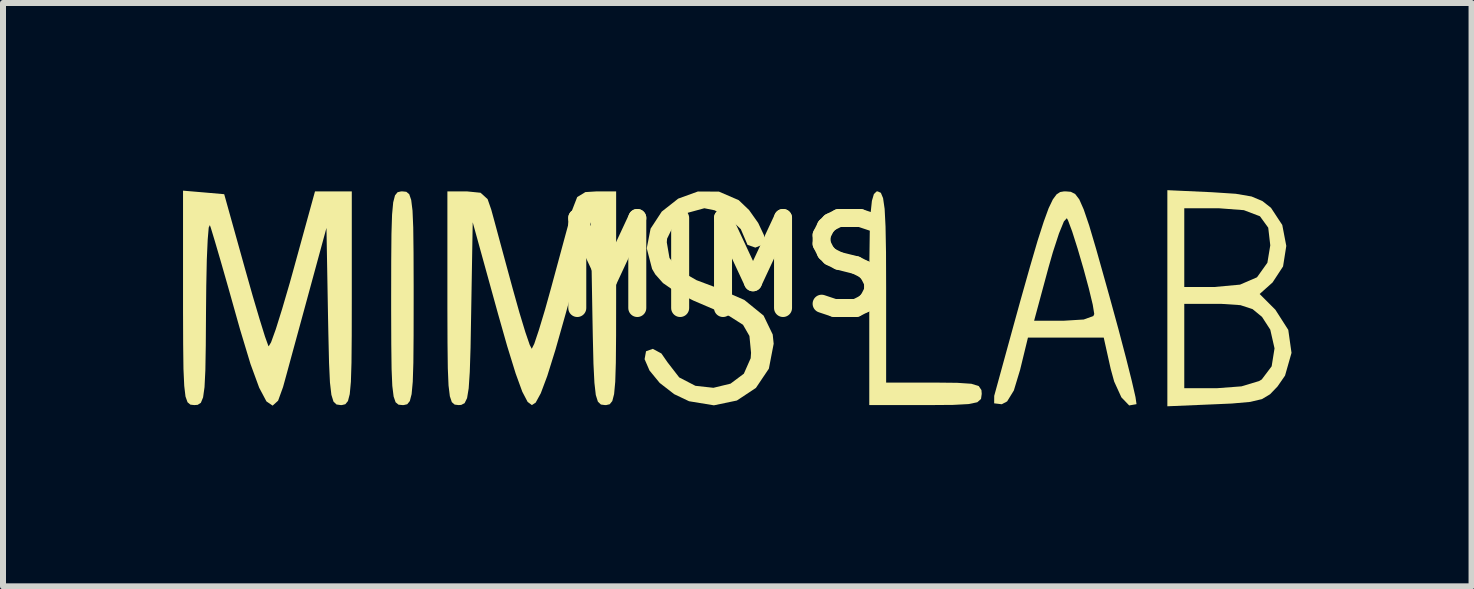
<source format=kicad_pcb>
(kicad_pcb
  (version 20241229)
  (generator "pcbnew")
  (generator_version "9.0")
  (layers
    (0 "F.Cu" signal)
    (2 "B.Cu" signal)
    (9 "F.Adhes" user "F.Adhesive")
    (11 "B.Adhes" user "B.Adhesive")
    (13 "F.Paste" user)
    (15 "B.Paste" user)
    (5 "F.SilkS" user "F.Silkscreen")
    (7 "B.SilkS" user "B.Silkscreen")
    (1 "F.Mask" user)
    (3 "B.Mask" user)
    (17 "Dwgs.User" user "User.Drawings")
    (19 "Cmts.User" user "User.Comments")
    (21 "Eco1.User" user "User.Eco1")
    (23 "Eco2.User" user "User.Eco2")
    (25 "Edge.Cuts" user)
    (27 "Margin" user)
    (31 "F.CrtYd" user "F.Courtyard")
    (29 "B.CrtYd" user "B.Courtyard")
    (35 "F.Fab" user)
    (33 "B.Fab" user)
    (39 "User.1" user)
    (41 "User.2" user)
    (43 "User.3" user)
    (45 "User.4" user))
  (footprint "MIMS"
    (layer "F.Cu")
    (at 8.998 1.404)
    (property "Reference" "MIMS" (at 0 0 0) (layer "F.SilkS") (effects (font (size 1.5 1.5) (thickness 0.3))))
    (attr board_only exclude_from_pos_files exclude_from_bom)
    (fp_poly (pts (xy 2.63 -1.241) (xy 2.667 -1.152) (xy 2.693 -0.973) (xy 2.708 -0.68) (xy 2.716 -0.249) (xy 2.718 0.328) (xy 2.718 1.921) (xy 3.515 1.921) (xy 3.902 1.925) (xy 4.139 1.941) (xy 4.261 1.979) (xy 4.306 2.046) (xy 4.311 2.109) (xy 4.299 2.194) (xy 4.237 2.249) (xy 4.094 2.279) (xy 3.834 2.293) (xy 3.424 2.296) (xy 3.374 2.296) (xy 2.437 2.296) (xy 2.437 0.515) (xy 2.439 -0.113) (xy 2.445 -0.577) (xy 2.459 -0.901) (xy 2.481 -1.108) (xy 2.514 -1.22) (xy 2.558 -1.263) (xy 2.577 -1.265)) (stroke (width 0) (type solid)) (fill yes) (layer "F.SilkS"))
    (fp_poly (pts (xy -5.277 -1.258) (xy -5.229 -1.218) (xy -5.196 -1.122) (xy -5.174 -0.944) (xy -5.162 -0.661) (xy -5.157 -0.246) (xy -5.155 0.324) (xy -5.155 0.515) (xy -5.156 1.134) (xy -5.16 1.59) (xy -5.17 1.908) (xy -5.189 2.113) (xy -5.219 2.229) (xy -5.262 2.282) (xy -5.322 2.296) (xy -5.342 2.296) (xy -5.408 2.289) (xy -5.456 2.249) (xy -5.489 2.153) (xy -5.511 1.975) (xy -5.523 1.692) (xy -5.528 1.277) (xy -5.53 0.707) (xy -5.53 0.515) (xy -5.529 -0.103) (xy -5.525 -0.559) (xy -5.515 -0.877) (xy -5.496 -1.082) (xy -5.466 -1.198) (xy -5.423 -1.251) (xy -5.363 -1.265) (xy -5.342 -1.265)) (stroke (width 0) (type solid)) (fill yes) (layer "F.SilkS"))
    (fp_poly (pts (xy 5.795 -1.258) (xy 5.867 -1.222) (xy 5.936 -1.132) (xy 6.01 -0.965) (xy 6.101 -0.698) (xy 6.217 -0.306) (xy 6.369 0.234) (xy 6.44 0.488) (xy 6.589 1.031) (xy 6.715 1.51) (xy 6.812 1.896) (xy 6.873 2.162) (xy 6.89 2.278) (xy 6.889 2.281) (xy 6.768 2.302) (xy 6.638 2.167) (xy 6.518 1.904) (xy 6.46 1.693) (xy 6.344 1.172) (xy 5.713 1.172) (xy 5.081 1.172) (xy 4.95 1.71) (xy 4.846 2.053) (xy 4.734 2.235) (xy 4.645 2.282) (xy 4.518 2.267) (xy 4.519 2.142) (xy 4.759 1.268) (xy 4.863 0.89) (xy 5.184 0.89) (xy 5.685 0.89) (xy 6.011 0.87) (xy 6.171 0.812) (xy 6.186 0.779) (xy 6.161 0.624) (xy 6.096 0.354) (xy 6.007 0.025) (xy 5.909 -0.31) (xy 5.818 -0.597) (xy 5.749 -0.782) (xy 5.729 -0.818) (xy 5.68 -0.764) (xy 5.598 -0.563) (xy 5.496 -0.25) (xy 5.424 0.002) (xy 5.184 0.89) (xy 4.863 0.89) (xy 4.955 0.557) (xy 5.114 -0.006) (xy 5.241 -0.44) (xy 5.344 -0.76) (xy 5.426 -0.985) (xy 5.496 -1.131) (xy 5.558 -1.215) (xy 5.618 -1.254) (xy 5.683 -1.265) (xy 5.71 -1.265)) (stroke (width 0) (type solid)) (fill yes) (layer "F.SilkS"))
    (fp_poly (pts (xy 8.147 -1.251) (xy 8.544 -1.225) (xy 8.807 -1.18) (xy 8.989 -1.103) (xy 9.131 -0.991) (xy 9.319 -0.705) (xy 9.386 -0.356) (xy 9.332 -0.014) (xy 9.157 0.253) (xy 8.942 0.445) (xy 9.204 0.707) (xy 9.419 1.043) (xy 9.473 1.426) (xy 9.365 1.805) (xy 9.24 1.986) (xy 9.115 2.116) (xy 8.979 2.197) (xy 8.784 2.243) (xy 8.48 2.27) (xy 8.209 2.282) (xy 7.404 2.316) (xy 7.404 1.312) (xy 7.686 1.312) (xy 7.686 2.015) (xy 8.227 2.015) (xy 8.639 1.984) (xy 8.932 1.896) (xy 8.977 1.869) (xy 9.142 1.65) (xy 9.19 1.351) (xy 9.119 1.039) (xy 8.981 0.826) (xy 8.824 0.697) (xy 8.622 0.631) (xy 8.311 0.61) (xy 8.232 0.609) (xy 7.686 0.609) (xy 7.686 1.312) (xy 7.404 1.312) (xy 7.404 0.515) (xy 7.404 -0.328) (xy 7.686 -0.328) (xy 7.686 0.328) (xy 8.191 0.328) (xy 8.615 0.289) (xy 8.893 0.169) (xy 8.902 0.161) (xy 9.071 -0.076) (xy 9.119 -0.366) (xy 9.085 -0.66) (xy 8.947 -0.85) (xy 8.679 -0.952) (xy 8.258 -0.984) (xy 8.23 -0.984) (xy 7.686 -0.984) (xy 7.686 -0.328) (xy 7.404 -0.328) (xy 7.404 -1.285)) (stroke (width 0) (type solid)) (fill yes) (layer "F.SilkS"))
    (fp_poly (pts (xy -0.068 -1.261) (xy 0.261 -1.119) (xy 0.434 -0.954) (xy 0.586 -0.739) (xy 0.683 -0.533) (xy 0.691 -0.396) (xy 0.684 -0.387) (xy 0.539 -0.328) (xy 0.408 -0.374) (xy 0.375 -0.452) (xy 0.296 -0.636) (xy 0.102 -0.819) (xy -0.141 -0.95) (xy -0.311 -0.984) (xy -0.585 -0.909) (xy -0.813 -0.721) (xy -0.932 -0.477) (xy -0.937 -0.416) (xy -0.892 -0.155) (xy -0.736 0.046) (xy -0.441 0.215) (xy -0.143 0.327) (xy 0.355 0.544) (xy 0.676 0.805) (xy 0.828 1.12) (xy 0.844 1.274) (xy 0.764 1.689) (xy 0.548 2.01) (xy 0.231 2.22) (xy -0.152 2.3) (xy -0.566 2.232) (xy -0.814 2.114) (xy -1.055 1.927) (xy -1.225 1.72) (xy -1.307 1.531) (xy -1.283 1.399) (xy -1.17 1.359) (xy -1.027 1.436) (xy -0.925 1.583) (xy -0.73 1.835) (xy -0.46 1.975) (xy -0.16 2.008) (xy 0.125 1.939) (xy 0.347 1.773) (xy 0.461 1.515) (xy 0.467 1.424) (xy 0.44 1.144) (xy 0.333 0.958) (xy 0.105 0.813) (xy -0.05 0.745) (xy -0.497 0.553) (xy -0.802 0.4) (xy -1 0.263) (xy -1.128 0.119) (xy -1.182 0.027) (xy -1.271 -0.317) (xy -1.207 -0.644) (xy -1.021 -0.928) (xy -0.747 -1.144) (xy -0.419 -1.263)) (stroke (width 0) (type solid)) (fill yes) (layer "F.SilkS"))
    (fp_poly (pts (xy -4.04 -1.242) (xy -3.923 -1.136) (xy -3.862 -0.961) (xy -3.803 -0.745) (xy -3.71 -0.4) (xy -3.596 0.02) (xy -3.506 0.351) (xy -3.393 0.754) (xy -3.294 1.08) (xy -3.221 1.293) (xy -3.187 1.358) (xy -3.145 1.274) (xy -3.068 1.044) (xy -2.966 0.706) (xy -2.867 0.351) (xy -2.747 -0.092) (xy -2.637 -0.498) (xy -2.551 -0.814) (xy -2.511 -0.961) (xy -2.43 -1.17) (xy -2.294 -1.253) (xy -2.104 -1.265) (xy -1.781 -1.265) (xy -1.781 0.515) (xy -1.782 1.134) (xy -1.786 1.59) (xy -1.796 1.908) (xy -1.815 2.113) (xy -1.845 2.229) (xy -1.888 2.282) (xy -1.948 2.296) (xy -1.966 2.296) (xy -2.035 2.287) (xy -2.085 2.239) (xy -2.12 2.128) (xy -2.143 1.926) (xy -2.159 1.607) (xy -2.17 1.143) (xy -2.177 0.773) (xy -2.203 -0.75) (xy -2.622 0.773) (xy -2.793 1.376) (xy -2.929 1.812) (xy -3.037 2.1) (xy -3.122 2.255) (xy -3.185 2.296) (xy -3.256 2.243) (xy -3.345 2.073) (xy -3.456 1.768) (xy -3.597 1.312) (xy -3.75 0.773) (xy -4.171 -0.75) (xy -4.197 0.773) (xy -4.207 1.339) (xy -4.22 1.745) (xy -4.238 2.016) (xy -4.265 2.18) (xy -4.306 2.264) (xy -4.362 2.293) (xy -4.407 2.296) (xy -4.472 2.288) (xy -4.519 2.247) (xy -4.552 2.149) (xy -4.574 1.968) (xy -4.586 1.681) (xy -4.591 1.261) (xy -4.593 0.685) (xy -4.593 0.515) (xy -4.593 -1.265) (xy -4.269 -1.265)) (stroke (width 0) (type solid)) (fill yes) (layer "F.SilkS"))
    (fp_poly (pts (xy -8.655 -1.248) (xy -8.312 -1.218) (xy -7.965 0.025) (xy -7.836 0.481) (xy -7.721 0.869) (xy -7.632 1.155) (xy -7.578 1.305) (xy -7.571 1.317) (xy -7.531 1.25) (xy -7.452 1.031) (xy -7.346 0.692) (xy -7.22 0.262) (xy -7.161 0.05) (xy -6.799 -1.265) (xy -6.493 -1.265) (xy -6.186 -1.265) (xy -6.186 0.515) (xy -6.187 1.134) (xy -6.191 1.59) (xy -6.201 1.908) (xy -6.22 2.113) (xy -6.25 2.229) (xy -6.294 2.282) (xy -6.353 2.296) (xy -6.371 2.296) (xy -6.441 2.286) (xy -6.491 2.238) (xy -6.526 2.125) (xy -6.55 1.919) (xy -6.565 1.594) (xy -6.576 1.122) (xy -6.582 0.82) (xy -6.608 -0.656) (xy -6.927 0.515) (xy -7.056 0.988) (xy -7.175 1.423) (xy -7.27 1.772) (xy -7.33 1.99) (xy -7.332 1.997) (xy -7.414 2.223) (xy -7.505 2.305) (xy -7.608 2.235) (xy -7.729 2.007) (xy -7.874 1.611) (xy -8.046 1.042) (xy -8.102 0.844) (xy -8.241 0.349) (xy -8.366 -0.088) (xy -8.467 -0.433) (xy -8.533 -0.651) (xy -8.551 -0.703) (xy -8.57 -0.662) (xy -8.587 -0.461) (xy -8.602 -0.126) (xy -8.611 0.314) (xy -8.615 0.726) (xy -8.619 1.302) (xy -8.626 1.717) (xy -8.64 1.997) (xy -8.664 2.168) (xy -8.701 2.258) (xy -8.754 2.292) (xy -8.81 2.296) (xy -8.875 2.289) (xy -8.923 2.249) (xy -8.957 2.153) (xy -8.978 1.976) (xy -8.991 1.693) (xy -8.996 1.279) (xy -8.998 0.709) (xy -8.998 0.51) (xy -8.998 -1.277)) (stroke (width 0) (type solid)) (fill yes) (layer "F.SilkS")))
  (gr_rect
    (start -3 -3)
    (end 21.471 6.72)
    (stroke (width 0.1) (type default))
    (fill no)
    (layer "Edge.Cuts")))
</source>
